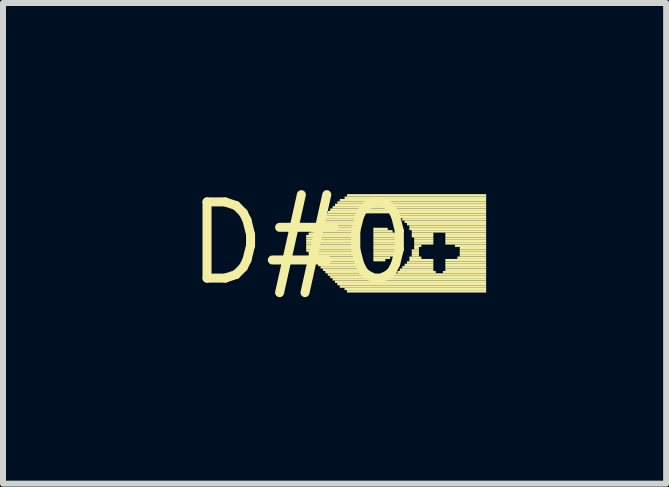
<source format=kicad_pcb>
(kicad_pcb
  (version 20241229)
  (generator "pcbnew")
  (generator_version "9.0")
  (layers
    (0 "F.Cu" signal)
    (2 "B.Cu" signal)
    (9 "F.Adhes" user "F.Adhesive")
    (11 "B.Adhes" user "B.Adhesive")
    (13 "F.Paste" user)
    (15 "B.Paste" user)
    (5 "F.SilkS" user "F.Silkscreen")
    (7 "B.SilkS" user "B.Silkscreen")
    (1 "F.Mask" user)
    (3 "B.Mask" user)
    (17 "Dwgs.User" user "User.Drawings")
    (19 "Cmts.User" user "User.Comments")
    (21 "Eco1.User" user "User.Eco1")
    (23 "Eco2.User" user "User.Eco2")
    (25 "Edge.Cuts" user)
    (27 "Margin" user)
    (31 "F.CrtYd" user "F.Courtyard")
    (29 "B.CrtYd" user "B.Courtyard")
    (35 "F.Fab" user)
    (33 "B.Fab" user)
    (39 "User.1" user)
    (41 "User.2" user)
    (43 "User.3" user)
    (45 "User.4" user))
  (footprint "D#0"
    (layer "F.Cu")
    (at 1.973 1.006)
    (property "Reference" "D#0" (at 0 0 0) (layer "F.SilkS") (effects (font (size 1.27 1.27) (thickness 0.15))))
    (attr through_hole)
    (fp_poly (pts (xy 0.08 -0.1) (xy 0.96 -0.1) (xy 0.96 -0.14) (xy 0.08 -0.14)) (stroke (width 0) (type solid)) (fill yes) (layer "F.SilkS"))
    (fp_poly (pts (xy 0.08 -0.06) (xy 0.96 -0.06) (xy 0.96 -0.1) (xy 0.08 -0.1)) (stroke (width 0) (type solid)) (fill yes) (layer "F.SilkS"))
    (fp_poly (pts (xy 0.08 -0.02) (xy 0.96 -0.02) (xy 0.96 -0.06) (xy 0.08 -0.06)) (stroke (width 0) (type solid)) (fill yes) (layer "F.SilkS"))
    (fp_poly (pts (xy 0.08 0.02) (xy 0.96 0.02) (xy 0.96 -0.02) (xy 0.08 -0.02)) (stroke (width 0) (type solid)) (fill yes) (layer "F.SilkS"))
    (fp_poly (pts (xy 0.08 0.06) (xy 0.96 0.06) (xy 0.96 0.02) (xy 0.08 0.02)) (stroke (width 0) (type solid)) (fill yes) (layer "F.SilkS"))
    (fp_poly (pts (xy 0.08 0.1) (xy 0.96 0.1) (xy 0.96 0.06) (xy 0.08 0.06)) (stroke (width 0) (type solid)) (fill yes) (layer "F.SilkS"))
    (fp_poly (pts (xy 0.08 0.14) (xy 0.96 0.14) (xy 0.96 0.1) (xy 0.08 0.1)) (stroke (width 0) (type solid)) (fill yes) (layer "F.SilkS"))
    (fp_poly (pts (xy 0.12 -0.14) (xy 0.96 -0.14) (xy 0.96 -0.18) (xy 0.12 -0.18)) (stroke (width 0) (type solid)) (fill yes) (layer "F.SilkS"))
    (fp_poly (pts (xy 0.12 0.18) (xy 0.96 0.18) (xy 0.96 0.14) (xy 0.12 0.14)) (stroke (width 0) (type solid)) (fill yes) (layer "F.SilkS"))
    (fp_poly (pts (xy 0.16 -0.22) (xy 0.96 -0.22) (xy 0.96 -0.26) (xy 0.16 -0.26)) (stroke (width 0) (type solid)) (fill yes) (layer "F.SilkS"))
    (fp_poly (pts (xy 0.16 -0.18) (xy 0.96 -0.18) (xy 0.96 -0.22) (xy 0.16 -0.22)) (stroke (width 0) (type solid)) (fill yes) (layer "F.SilkS"))
    (fp_poly (pts (xy 0.16 0.22) (xy 0.96 0.22) (xy 0.96 0.18) (xy 0.16 0.18)) (stroke (width 0) (type solid)) (fill yes) (layer "F.SilkS"))
    (fp_poly (pts (xy 0.16 0.26) (xy 0.96 0.26) (xy 0.96 0.22) (xy 0.16 0.22)) (stroke (width 0) (type solid)) (fill yes) (layer "F.SilkS"))
    (fp_poly (pts (xy 0.2 -0.26) (xy 0.96 -0.26) (xy 0.96 -0.3) (xy 0.2 -0.3)) (stroke (width 0) (type solid)) (fill yes) (layer "F.SilkS"))
    (fp_poly (pts (xy 0.2 0.3) (xy 0.96 0.3) (xy 0.96 0.26) (xy 0.2 0.26)) (stroke (width 0) (type solid)) (fill yes) (layer "F.SilkS"))
    (fp_poly (pts (xy 0.24 -0.3) (xy 0.96 -0.3) (xy 0.96 -0.34) (xy 0.24 -0.34)) (stroke (width 0) (type solid)) (fill yes) (layer "F.SilkS"))
    (fp_poly (pts (xy 0.24 0.34) (xy 0.96 0.34) (xy 0.96 0.3) (xy 0.24 0.3)) (stroke (width 0) (type solid)) (fill yes) (layer "F.SilkS"))
    (fp_poly (pts (xy 0.28 -0.34) (xy 0.96 -0.34) (xy 0.96 -0.38) (xy 0.28 -0.38)) (stroke (width 0) (type solid)) (fill yes) (layer "F.SilkS"))
    (fp_poly (pts (xy 0.28 0.38) (xy 0.96 0.38) (xy 0.96 0.34) (xy 0.28 0.34)) (stroke (width 0) (type solid)) (fill yes) (layer "F.SilkS"))
    (fp_poly (pts (xy 0.32 -0.38) (xy 0.96 -0.38) (xy 0.96 -0.42) (xy 0.32 -0.42)) (stroke (width 0) (type solid)) (fill yes) (layer "F.SilkS"))
    (fp_poly (pts (xy 0.32 0.42) (xy 0.96 0.42) (xy 0.96 0.38) (xy 0.32 0.38)) (stroke (width 0) (type solid)) (fill yes) (layer "F.SilkS"))
    (fp_poly (pts (xy 0.36 -0.42) (xy 0.96 -0.42) (xy 0.96 -0.46) (xy 0.36 -0.46)) (stroke (width 0) (type solid)) (fill yes) (layer "F.SilkS"))
    (fp_poly (pts (xy 0.36 0.46) (xy 0.96 0.46) (xy 0.96 0.42) (xy 0.36 0.42)) (stroke (width 0) (type solid)) (fill yes) (layer "F.SilkS"))
    (fp_poly (pts (xy 0.4 -0.46) (xy 0.96 -0.46) (xy 0.96 -0.5) (xy 0.4 -0.5)) (stroke (width 0) (type solid)) (fill yes) (layer "F.SilkS"))
    (fp_poly (pts (xy 0.4 0.5) (xy 0.96 0.5) (xy 0.96 0.46) (xy 0.4 0.46)) (stroke (width 0) (type solid)) (fill yes) (layer "F.SilkS"))
    (fp_poly (pts (xy 0.44 -0.5) (xy 3.08 -0.5) (xy 3.08 -0.54) (xy 0.44 -0.54)) (stroke (width 0) (type solid)) (fill yes) (layer "F.SilkS"))
    (fp_poly (pts (xy 0.44 0.54) (xy 1 0.54) (xy 1 0.5) (xy 0.44 0.5)) (stroke (width 0) (type solid)) (fill yes) (layer "F.SilkS"))
    (fp_poly (pts (xy 0.48 -0.54) (xy 3.08 -0.54) (xy 3.08 -0.58) (xy 0.48 -0.58)) (stroke (width 0) (type solid)) (fill yes) (layer "F.SilkS"))
    (fp_poly (pts (xy 0.48 0.58) (xy 3.08 0.58) (xy 3.08 0.54) (xy 0.48 0.54)) (stroke (width 0) (type solid)) (fill yes) (layer "F.SilkS"))
    (fp_poly (pts (xy 0.52 -0.58) (xy 3.08 -0.58) (xy 3.08 -0.62) (xy 0.52 -0.62)) (stroke (width 0) (type solid)) (fill yes) (layer "F.SilkS"))
    (fp_poly (pts (xy 0.52 0.62) (xy 3.08 0.62) (xy 3.08 0.58) (xy 0.52 0.58)) (stroke (width 0) (type solid)) (fill yes) (layer "F.SilkS"))
    (fp_poly (pts (xy 0.56 -0.62) (xy 3.08 -0.62) (xy 3.08 -0.66) (xy 0.56 -0.66)) (stroke (width 0) (type solid)) (fill yes) (layer "F.SilkS"))
    (fp_poly (pts (xy 0.56 0.66) (xy 3.08 0.66) (xy 3.08 0.62) (xy 0.56 0.62)) (stroke (width 0) (type solid)) (fill yes) (layer "F.SilkS"))
    (fp_poly (pts (xy 0.6 -0.66) (xy 3.08 -0.66) (xy 3.08 -0.7) (xy 0.6 -0.7)) (stroke (width 0) (type solid)) (fill yes) (layer "F.SilkS"))
    (fp_poly (pts (xy 0.6 0.7) (xy 3.08 0.7) (xy 3.08 0.66) (xy 0.6 0.66)) (stroke (width 0) (type solid)) (fill yes) (layer "F.SilkS"))
    (fp_poly (pts (xy 0.64 -0.7) (xy 3.08 -0.7) (xy 3.08 -0.74) (xy 0.64 -0.74)) (stroke (width 0) (type solid)) (fill yes) (layer "F.SilkS"))
    (fp_poly (pts (xy 0.64 0.74) (xy 3.08 0.74) (xy 3.08 0.7) (xy 0.64 0.7)) (stroke (width 0) (type solid)) (fill yes) (layer "F.SilkS"))
    (fp_poly (pts (xy 0.72 -0.74) (xy 3.08 -0.74) (xy 3.08 -0.78) (xy 0.72 -0.78)) (stroke (width 0) (type solid)) (fill yes) (layer "F.SilkS"))
    (fp_poly (pts (xy 0.72 0.78) (xy 3.08 0.78) (xy 3.08 0.74) (xy 0.72 0.74)) (stroke (width 0) (type solid)) (fill yes) (layer "F.SilkS"))
    (fp_poly (pts (xy 0.76 -0.78) (xy 3.08 -0.78) (xy 3.08 -0.82) (xy 0.76 -0.82)) (stroke (width 0) (type solid)) (fill yes) (layer "F.SilkS"))
    (fp_poly (pts (xy 0.76 0.82) (xy 3.08 0.82) (xy 3.08 0.78) (xy 0.76 0.78)) (stroke (width 0) (type solid)) (fill yes) (layer "F.SilkS"))
    (fp_poly (pts (xy 1.2 -0.22) (xy 1.44 -0.22) (xy 1.44 -0.26) (xy 1.2 -0.26)) (stroke (width 0) (type solid)) (fill yes) (layer "F.SilkS"))
    (fp_poly (pts (xy 1.2 -0.18) (xy 1.52 -0.18) (xy 1.52 -0.22) (xy 1.2 -0.22)) (stroke (width 0) (type solid)) (fill yes) (layer "F.SilkS"))
    (fp_poly (pts (xy 1.2 -0.14) (xy 1.56 -0.14) (xy 1.56 -0.18) (xy 1.2 -0.18)) (stroke (width 0) (type solid)) (fill yes) (layer "F.SilkS"))
    (fp_poly (pts (xy 1.2 -0.1) (xy 1.6 -0.1) (xy 1.6 -0.14) (xy 1.2 -0.14)) (stroke (width 0) (type solid)) (fill yes) (layer "F.SilkS"))
    (fp_poly (pts (xy 1.2 -0.06) (xy 1.6 -0.06) (xy 1.6 -0.1) (xy 1.2 -0.1)) (stroke (width 0) (type solid)) (fill yes) (layer "F.SilkS"))
    (fp_poly (pts (xy 1.2 -0.02) (xy 1.6 -0.02) (xy 1.6 -0.06) (xy 1.2 -0.06)) (stroke (width 0) (type solid)) (fill yes) (layer "F.SilkS"))
    (fp_poly (pts (xy 1.2 0.02) (xy 1.6 0.02) (xy 1.6 -0.02) (xy 1.2 -0.02)) (stroke (width 0) (type solid)) (fill yes) (layer "F.SilkS"))
    (fp_poly (pts (xy 1.2 0.06) (xy 1.6 0.06) (xy 1.6 0.02) (xy 1.2 0.02)) (stroke (width 0) (type solid)) (fill yes) (layer "F.SilkS"))
    (fp_poly (pts (xy 1.2 0.1) (xy 1.6 0.1) (xy 1.6 0.06) (xy 1.2 0.06)) (stroke (width 0) (type solid)) (fill yes) (layer "F.SilkS"))
    (fp_poly (pts (xy 1.2 0.14) (xy 1.6 0.14) (xy 1.6 0.1) (xy 1.2 0.1)) (stroke (width 0) (type solid)) (fill yes) (layer "F.SilkS"))
    (fp_poly (pts (xy 1.2 0.18) (xy 1.56 0.18) (xy 1.56 0.14) (xy 1.2 0.14)) (stroke (width 0) (type solid)) (fill yes) (layer "F.SilkS"))
    (fp_poly (pts (xy 1.2 0.22) (xy 1.56 0.22) (xy 1.56 0.18) (xy 1.2 0.18)) (stroke (width 0) (type solid)) (fill yes) (layer "F.SilkS"))
    (fp_poly (pts (xy 1.2 0.26) (xy 1.48 0.26) (xy 1.48 0.22) (xy 1.2 0.22)) (stroke (width 0) (type solid)) (fill yes) (layer "F.SilkS"))
    (fp_poly (pts (xy 1.2 0.3) (xy 1.4 0.3) (xy 1.4 0.26) (xy 1.2 0.26)) (stroke (width 0) (type solid)) (fill yes) (layer "F.SilkS"))
    (fp_poly (pts (xy 1.48 0.54) (xy 3.08 0.54) (xy 3.08 0.5) (xy 1.48 0.5)) (stroke (width 0) (type solid)) (fill yes) (layer "F.SilkS"))
    (fp_poly (pts (xy 1.52 -0.46) (xy 3.08 -0.46) (xy 3.08 -0.5) (xy 1.52 -0.5)) (stroke (width 0) (type solid)) (fill yes) (layer "F.SilkS"))
    (fp_poly (pts (xy 1.6 -0.42) (xy 3.08 -0.42) (xy 3.08 -0.46) (xy 1.6 -0.46)) (stroke (width 0) (type solid)) (fill yes) (layer "F.SilkS"))
    (fp_poly (pts (xy 1.6 0.5) (xy 2.24 0.5) (xy 2.24 0.46) (xy 1.6 0.46)) (stroke (width 0) (type solid)) (fill yes) (layer "F.SilkS"))
    (fp_poly (pts (xy 1.64 0.46) (xy 2.2 0.46) (xy 2.2 0.42) (xy 1.64 0.42)) (stroke (width 0) (type solid)) (fill yes) (layer "F.SilkS"))
    (fp_poly (pts (xy 1.68 -0.38) (xy 3.08 -0.38) (xy 3.08 -0.42) (xy 1.68 -0.42)) (stroke (width 0) (type solid)) (fill yes) (layer "F.SilkS"))
    (fp_poly (pts (xy 1.68 0.42) (xy 2.2 0.42) (xy 2.2 0.38) (xy 1.68 0.38)) (stroke (width 0) (type solid)) (fill yes) (layer "F.SilkS"))
    (fp_poly (pts (xy 1.72 -0.34) (xy 3.08 -0.34) (xy 3.08 -0.38) (xy 1.72 -0.38)) (stroke (width 0) (type solid)) (fill yes) (layer "F.SilkS"))
    (fp_poly (pts (xy 1.72 0.38) (xy 2.2 0.38) (xy 2.2 0.34) (xy 1.72 0.34)) (stroke (width 0) (type solid)) (fill yes) (layer "F.SilkS"))
    (fp_poly (pts (xy 1.76 -0.3) (xy 3.08 -0.3) (xy 3.08 -0.34) (xy 1.76 -0.34)) (stroke (width 0) (type solid)) (fill yes) (layer "F.SilkS"))
    (fp_poly (pts (xy 1.76 0.34) (xy 2.2 0.34) (xy 2.2 0.3) (xy 1.76 0.3)) (stroke (width 0) (type solid)) (fill yes) (layer "F.SilkS"))
    (fp_poly (pts (xy 1.8 -0.26) (xy 3.08 -0.26) (xy 3.08 -0.3) (xy 1.8 -0.3)) (stroke (width 0) (type solid)) (fill yes) (layer "F.SilkS"))
    (fp_poly (pts (xy 1.8 -0.22) (xy 3.08 -0.22) (xy 3.08 -0.26) (xy 1.8 -0.26)) (stroke (width 0) (type solid)) (fill yes) (layer "F.SilkS"))
    (fp_poly (pts (xy 1.8 0.26) (xy 2 0.26) (xy 2 0.22) (xy 1.8 0.22)) (stroke (width 0) (type solid)) (fill yes) (layer "F.SilkS"))
    (fp_poly (pts (xy 1.8 0.3) (xy 2.2 0.3) (xy 2.2 0.26) (xy 1.8 0.26)) (stroke (width 0) (type solid)) (fill yes) (layer "F.SilkS"))
    (fp_poly (pts (xy 1.84 -0.18) (xy 3.08 -0.18) (xy 3.08 -0.22) (xy 1.84 -0.22)) (stroke (width 0) (type solid)) (fill yes) (layer "F.SilkS"))
    (fp_poly (pts (xy 1.84 -0.14) (xy 2.2 -0.14) (xy 2.2 -0.18) (xy 1.84 -0.18)) (stroke (width 0) (type solid)) (fill yes) (layer "F.SilkS"))
    (fp_poly (pts (xy 1.84 -0.1) (xy 2.2 -0.1) (xy 2.2 -0.14) (xy 1.84 -0.14)) (stroke (width 0) (type solid)) (fill yes) (layer "F.SilkS"))
    (fp_poly (pts (xy 1.84 0.14) (xy 1.96 0.14) (xy 1.96 0.1) (xy 1.84 0.1)) (stroke (width 0) (type solid)) (fill yes) (layer "F.SilkS"))
    (fp_poly (pts (xy 1.84 0.18) (xy 1.96 0.18) (xy 1.96 0.14) (xy 1.84 0.14)) (stroke (width 0) (type solid)) (fill yes) (layer "F.SilkS"))
    (fp_poly (pts (xy 1.84 0.22) (xy 1.96 0.22) (xy 1.96 0.18) (xy 1.84 0.18)) (stroke (width 0) (type solid)) (fill yes) (layer "F.SilkS"))
    (fp_poly (pts (xy 1.88 -0.06) (xy 2.2 -0.06) (xy 2.2 -0.1) (xy 1.88 -0.1)) (stroke (width 0) (type solid)) (fill yes) (layer "F.SilkS"))
    (fp_poly (pts (xy 1.88 -0.02) (xy 2.2 -0.02) (xy 2.2 -0.06) (xy 1.88 -0.06)) (stroke (width 0) (type solid)) (fill yes) (layer "F.SilkS"))
    (fp_poly (pts (xy 1.88 0.02) (xy 2.2 0.02) (xy 2.2 -0.02) (xy 1.88 -0.02)) (stroke (width 0) (type solid)) (fill yes) (layer "F.SilkS"))
    (fp_poly (pts (xy 1.88 0.06) (xy 2 0.06) (xy 2 0.02) (xy 1.88 0.02)) (stroke (width 0) (type solid)) (fill yes) (layer "F.SilkS"))
    (fp_poly (pts (xy 1.88 0.1) (xy 1.96 0.1) (xy 1.96 0.06) (xy 1.88 0.06)) (stroke (width 0) (type solid)) (fill yes) (layer "F.SilkS"))
    (fp_poly (pts (xy 2.36 0.5) (xy 3.08 0.5) (xy 3.08 0.46) (xy 2.36 0.46)) (stroke (width 0) (type solid)) (fill yes) (layer "F.SilkS"))
    (fp_poly (pts (xy 2.4 -0.14) (xy 3.08 -0.14) (xy 3.08 -0.18) (xy 2.4 -0.18)) (stroke (width 0) (type solid)) (fill yes) (layer "F.SilkS"))
    (fp_poly (pts (xy 2.4 -0.1) (xy 3.08 -0.1) (xy 3.08 -0.14) (xy 2.4 -0.14)) (stroke (width 0) (type solid)) (fill yes) (layer "F.SilkS"))
    (fp_poly (pts (xy 2.4 -0.06) (xy 3.08 -0.06) (xy 3.08 -0.1) (xy 2.4 -0.1)) (stroke (width 0) (type solid)) (fill yes) (layer "F.SilkS"))
    (fp_poly (pts (xy 2.4 -0.02) (xy 3.08 -0.02) (xy 3.08 -0.06) (xy 2.4 -0.06)) (stroke (width 0) (type solid)) (fill yes) (layer "F.SilkS"))
    (fp_poly (pts (xy 2.4 0.02) (xy 3.08 0.02) (xy 3.08 -0.02) (xy 2.4 -0.02)) (stroke (width 0) (type solid)) (fill yes) (layer "F.SilkS"))
    (fp_poly (pts (xy 2.4 0.3) (xy 3.08 0.3) (xy 3.08 0.26) (xy 2.4 0.26)) (stroke (width 0) (type solid)) (fill yes) (layer "F.SilkS"))
    (fp_poly (pts (xy 2.4 0.34) (xy 3.08 0.34) (xy 3.08 0.3) (xy 2.4 0.3)) (stroke (width 0) (type solid)) (fill yes) (layer "F.SilkS"))
    (fp_poly (pts (xy 2.4 0.38) (xy 3.08 0.38) (xy 3.08 0.34) (xy 2.4 0.34)) (stroke (width 0) (type solid)) (fill yes) (layer "F.SilkS"))
    (fp_poly (pts (xy 2.4 0.42) (xy 3.08 0.42) (xy 3.08 0.38) (xy 2.4 0.38)) (stroke (width 0) (type solid)) (fill yes) (layer "F.SilkS"))
    (fp_poly (pts (xy 2.4 0.46) (xy 3.08 0.46) (xy 3.08 0.42) (xy 2.4 0.42)) (stroke (width 0) (type solid)) (fill yes) (layer "F.SilkS"))
    (fp_poly (pts (xy 2.56 0.06) (xy 3.08 0.06) (xy 3.08 0.02) (xy 2.56 0.02)) (stroke (width 0) (type solid)) (fill yes) (layer "F.SilkS"))
    (fp_poly (pts (xy 2.6 0.26) (xy 3.08 0.26) (xy 3.08 0.22) (xy 2.6 0.22)) (stroke (width 0) (type solid)) (fill yes) (layer "F.SilkS"))
    (fp_poly (pts (xy 2.64 0.1) (xy 3.08 0.1) (xy 3.08 0.06) (xy 2.64 0.06)) (stroke (width 0) (type solid)) (fill yes) (layer "F.SilkS"))
    (fp_poly (pts (xy 2.64 0.14) (xy 3.08 0.14) (xy 3.08 0.1) (xy 2.64 0.1)) (stroke (width 0) (type solid)) (fill yes) (layer "F.SilkS"))
    (fp_poly (pts (xy 2.64 0.18) (xy 3.08 0.18) (xy 3.08 0.14) (xy 2.64 0.14)) (stroke (width 0) (type solid)) (fill yes) (layer "F.SilkS"))
    (fp_poly (pts (xy 2.64 0.22) (xy 3.08 0.22) (xy 3.08 0.18) (xy 2.64 0.18)) (stroke (width 0) (type solid)) (fill yes) (layer "F.SilkS")))
  (gr_rect
    (start -3 -3)
    (end 8.053 5.012)
    (stroke (width 0.1) (type default))
    (fill no)
    (layer "Edge.Cuts")))
</source>
